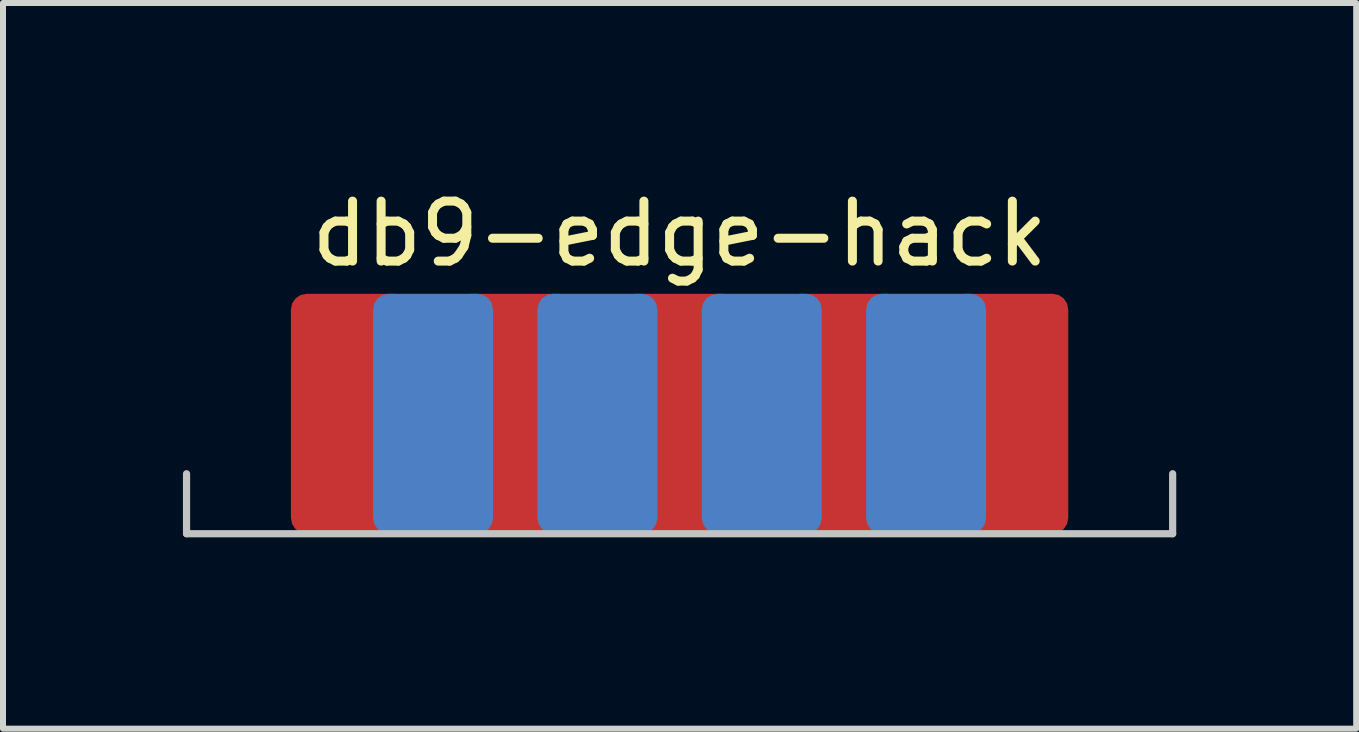
<source format=kicad_pcb>
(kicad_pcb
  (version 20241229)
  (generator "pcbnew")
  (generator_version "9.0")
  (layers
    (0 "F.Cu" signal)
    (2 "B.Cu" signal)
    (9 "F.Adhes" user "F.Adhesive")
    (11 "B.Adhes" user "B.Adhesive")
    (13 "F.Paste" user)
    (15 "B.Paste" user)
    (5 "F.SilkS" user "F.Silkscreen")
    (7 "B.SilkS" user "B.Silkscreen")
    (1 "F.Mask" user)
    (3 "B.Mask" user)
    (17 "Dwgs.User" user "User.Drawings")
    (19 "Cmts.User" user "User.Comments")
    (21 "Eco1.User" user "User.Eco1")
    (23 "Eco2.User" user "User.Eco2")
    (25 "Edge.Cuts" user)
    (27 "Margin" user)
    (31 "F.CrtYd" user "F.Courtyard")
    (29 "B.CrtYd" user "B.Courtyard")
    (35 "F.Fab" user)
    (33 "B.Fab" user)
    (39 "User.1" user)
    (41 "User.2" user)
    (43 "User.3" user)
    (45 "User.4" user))
  (footprint "db9-edge-hack"
    (layer "F.Cu")
    (at 8.28 5.848)
    (property "Reference" "db9-edge-hack" (at 0 -5 0) (layer "F.SilkS") (effects (font (size 1 1) (thickness 0.15))))
    (attr through_hole)
    (fp_line (start -8.22 0) (end -8.22 -1) (stroke (width 0.12) (type solid)) (layer "Dwgs.User"))
    (fp_line (start -8.22 0) (end 8.22 0) (stroke (width 0.12) (type solid)) (layer "Dwgs.User"))
    (fp_line (start 8.22 0) (end 8.22 -1) (stroke (width 0.12) (type solid)) (layer "Dwgs.User"))
    (pad "1" smd roundrect (at -5.48 -2) (size 2 4) (layers "F.Cu" "F.Mask" "F.Paste") (roundrect_rratio 0.131))
    (pad "2" smd roundrect (at -2.74 -2) (size 2 4) (layers "F.Cu" "F.Mask" "F.Paste") (roundrect_rratio 0.131))
    (pad "3" smd roundrect (at 0 -2) (size 2 4) (layers "F.Cu" "F.Mask" "F.Paste") (roundrect_rratio 0.131))
    (pad "4" smd roundrect (at 2.74 -2) (size 2 4) (layers "F.Cu" "F.Mask" "F.Paste") (roundrect_rratio 0.131))
    (pad "5" smd roundrect (at 5.48 -2) (size 2 4) (layers "F.Cu" "F.Mask" "F.Paste") (roundrect_rratio 0.131))
    (pad "6" smd roundrect (at -4.11 -2) (size 2 4) (layers "B.Cu" "B.Mask" "B.Paste") (roundrect_rratio 0.131))
    (pad "7" smd roundrect (at -1.37 -2) (size 2 4) (layers "B.Cu" "B.Mask" "B.Paste") (roundrect_rratio 0.131))
    (pad "8" smd roundrect (at 1.37 -2) (size 2 4) (layers "B.Cu" "B.Mask" "B.Paste") (roundrect_rratio 0.131))
    (pad "9" smd roundrect (at 4.11 -2) (size 2 4) (layers "B.Cu" "B.Mask" "B.Paste") (roundrect_rratio 0.131)))
  (gr_rect
    (start -3 -3)
    (end 19.56 9.098)
    (stroke (width 0.1) (type default))
    (fill no)
    (layer "Edge.Cuts")))
</source>
